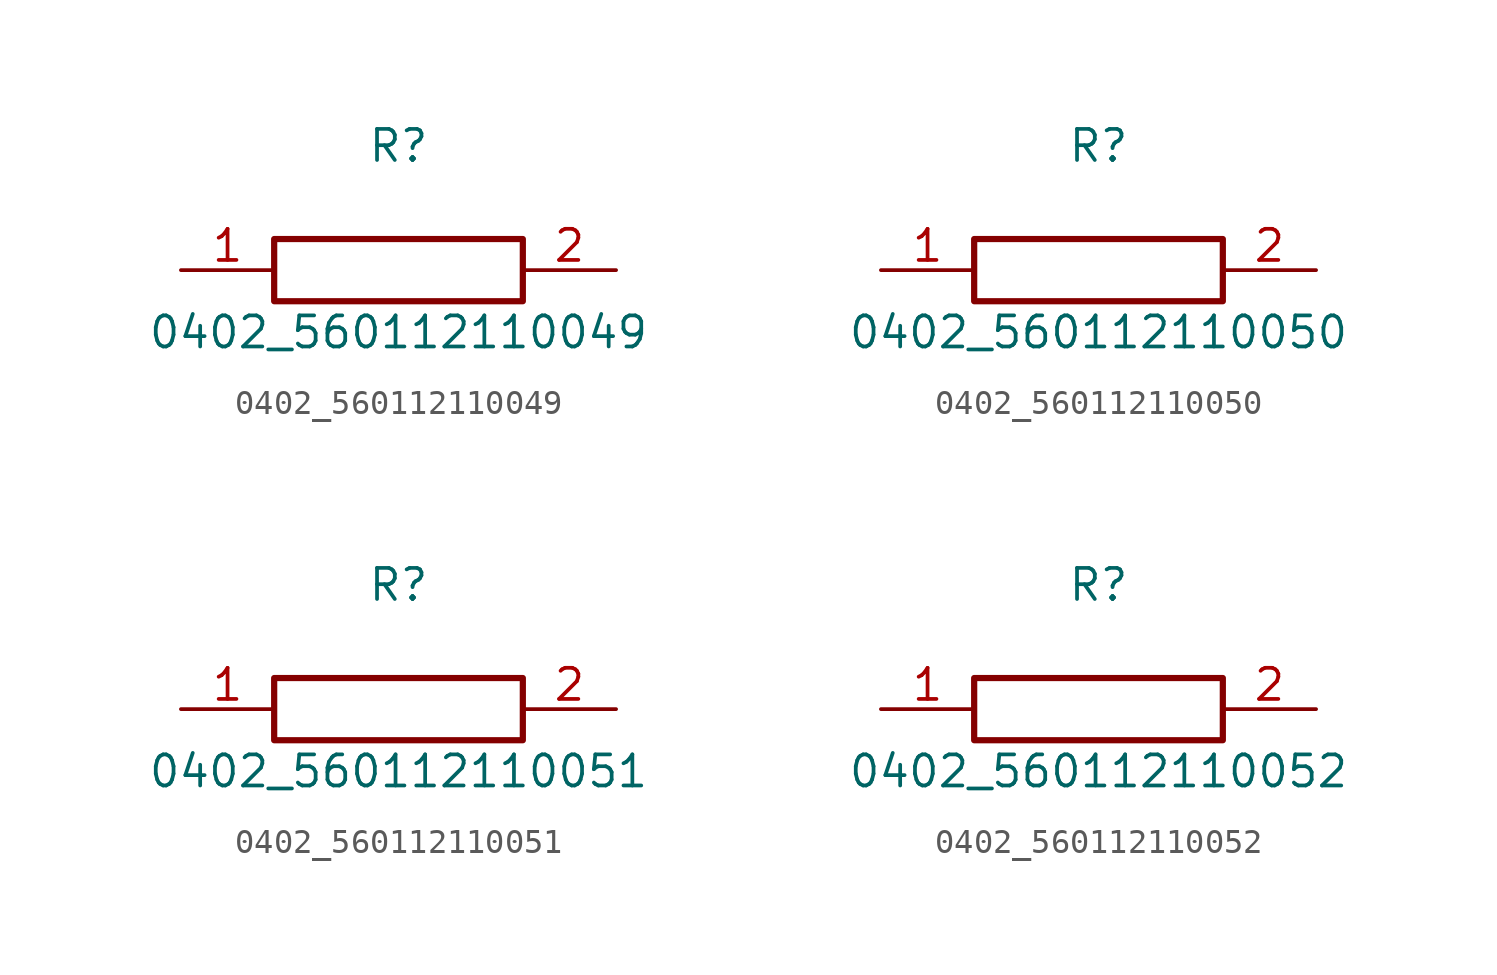
<source format=kicad_sym>
(kicad_symbol_lib
  (version 20211014)
  (generator kicad_symbol_editor)
  (symbol "Resistor_Wurth_WRIS-RSKS:0402_560112110049"
    (pin_names hide)
    (property "Reference" "R"
      (at 0 5.08 0)
      (effects (font (size 1.27 1.27))))
    (property "Value" "0402_560112110049"
      (at 0 -2.54 0)
      (effects (font (size 1.27 1.27))))
    (symbol "0402_560112110049_0_1"
      (rectangle (start -5.08 1.27) (end 5.08 -1.27) (stroke (width 0.254) (type solid)) (fill (type none)))
      (pin passive line (at -8.89 0 0) (length 3.81) (name "1" (effects (font (size 1.27 1.27)))) (number "1" (effects (font (size 1.27 1.27)))))
      (pin passive line (at 8.89 0 180) (length 3.81) (name "2" (effects (font (size 1.27 1.27)))) (number "2" (effects (font (size 1.27 1.27)))))))
  (symbol "Resistor_Wurth_WRIS-RSKS:0402_560112110050"
    (pin_names hide)
    (property "Reference" "R"
      (at 0 5.08 0)
      (effects (font (size 1.27 1.27))))
    (property "Value" "0402_560112110050"
      (at 0 -2.54 0)
      (effects (font (size 1.27 1.27))))
    (symbol "0402_560112110050_0_1"
      (rectangle (start -5.08 1.27) (end 5.08 -1.27) (stroke (width 0.254) (type solid)) (fill (type none)))
      (pin passive line (at -8.89 0 0) (length 3.81) (name "1" (effects (font (size 1.27 1.27)))) (number "1" (effects (font (size 1.27 1.27)))))
      (pin passive line (at 8.89 0 180) (length 3.81) (name "2" (effects (font (size 1.27 1.27)))) (number "2" (effects (font (size 1.27 1.27)))))))
  (symbol "Resistor_Wurth_WRIS-RSKS:0402_560112110051"
    (pin_names hide)
    (property "Reference" "R"
      (at 0 5.08 0)
      (effects (font (size 1.27 1.27))))
    (property "Value" "0402_560112110051"
      (at 0 -2.54 0)
      (effects (font (size 1.27 1.27))))
    (symbol "0402_560112110051_0_1"
      (rectangle (start -5.08 1.27) (end 5.08 -1.27) (stroke (width 0.254) (type solid)) (fill (type none)))
      (pin passive line (at -8.89 0 0) (length 3.81) (name "1" (effects (font (size 1.27 1.27)))) (number "1" (effects (font (size 1.27 1.27)))))
      (pin passive line (at 8.89 0 180) (length 3.81) (name "2" (effects (font (size 1.27 1.27)))) (number "2" (effects (font (size 1.27 1.27)))))))
  (symbol "Resistor_Wurth_WRIS-RSKS:0402_560112110052"
    (pin_names hide)
    (property "Reference" "R"
      (at 0 5.08 0)
      (effects (font (size 1.27 1.27))))
    (property "Value" "0402_560112110052"
      (at 0 -2.54 0)
      (effects (font (size 1.27 1.27))))
    (symbol "0402_560112110052_0_1"
      (rectangle (start -5.08 1.27) (end 5.08 -1.27) (stroke (width 0.254) (type solid)) (fill (type none)))
      (pin passive line (at -8.89 0 0) (length 3.81) (name "1" (effects (font (size 1.27 1.27)))) (number "1" (effects (font (size 1.27 1.27)))))
      (pin passive line (at 8.89 0 180) (length 3.81) (name "2" (effects (font (size 1.27 1.27)))) (number "2" (effects (font (size 1.27 1.27))))))))
</source>
